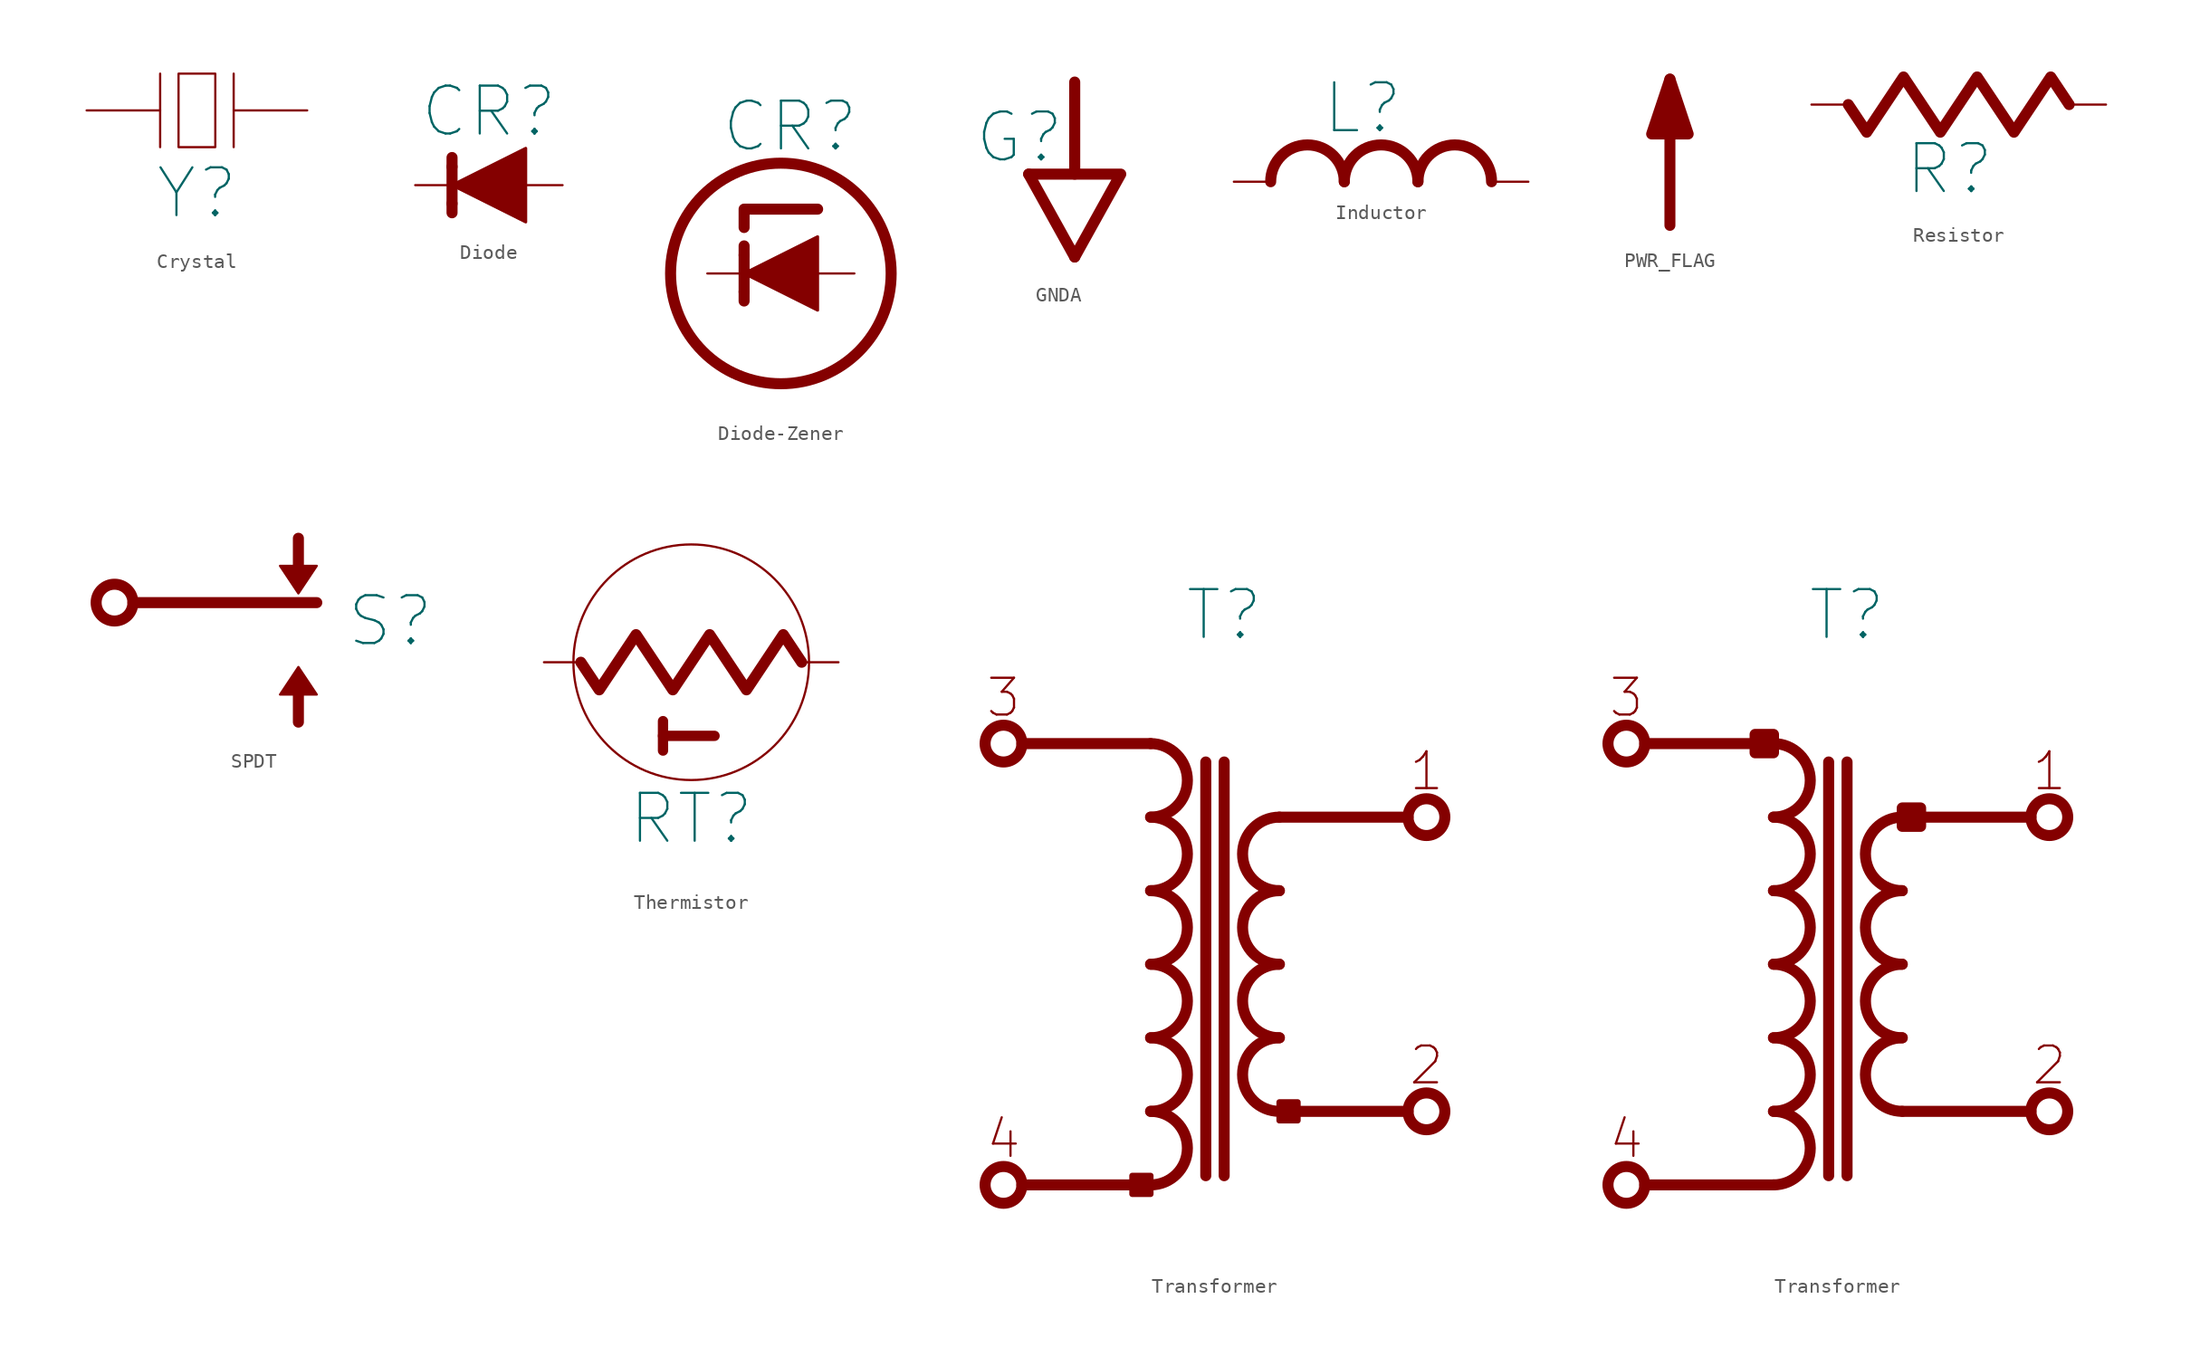
<source format=kicad_sym>
(kicad_symbol_lib
  (version 20211014)
  (generator kicad_symbol_editor)
  (symbol "Crystal"
    (pin_numbers hide)
    (pin_names
      (offset 0) hide)
    (property "Reference" "Y"
      (at 0 -5.715 0)
      (effects (font (size 3.302 3.302))))
    (symbol "Crystal_0_0"
      (polyline (pts (xy -2.54 2.54) (xy -2.54 -2.54)) (stroke (width 0) (type default) (color 0 0 0 0)) (fill (type none)))
      (polyline (pts (xy 2.54 2.54) (xy 2.54 -2.54)) (stroke (width 0) (type default) (color 0 0 0 0)) (fill (type none)))
      (polyline (pts (xy -1.27 2.54) (xy -1.27 -2.54) (xy 1.27 -2.54) (xy 1.27 2.54) (xy -1.27 2.54)) (stroke (width 0) (type default) (color 0 0 0 0)) (fill (type none))))
    (symbol "Crystal_1_1"
      (pin passive line (at -7.62 0 0) (length 5.08) (name "1" (effects (font (size 1.27 1.27)))) (number "1" (effects (font (size 1.27 1.27)))))
      (pin passive line (at 7.62 0 180) (length 5.08) (name "2" (effects (font (size 1.27 1.27)))) (number "2" (effects (font (size 1.27 1.27)))))))
  (symbol "Diode"
    (pin_numbers hide)
    (pin_names
      (offset 1.016) hide)
    (property "Reference" "CR"
      (at 0 5.08 0)
      (effects (font (size 3.302 3.302))))
    (symbol "Diode_0_1"
      (polyline (pts (xy -2.54 -1.27) (xy -2.54 -1.905)) (stroke (width 0.762) (type default) (color 0 0 0 0)) (fill (type none)))
      (polyline (pts (xy -2.54 1.27) (xy -2.54 -1.27)) (stroke (width 0.762) (type default) (color 0 0 0 0)) (fill (type none)))
      (polyline (pts (xy -2.54 1.27) (xy -2.54 1.905)) (stroke (width 0.762) (type default) (color 0 0 0 0)) (fill (type none)))
      (polyline (pts (xy -2.54 0) (xy 2.54 -2.54) (xy 2.54 2.54) (xy -2.54 0)) (stroke (width 0.203) (type default) (color 0 0 0 0)) (fill (type outline))))
    (symbol "Diode_1_1"
      (pin passive line (at -5.08 0 0) (length 2.54) (name "K" (effects (font (size 1.27 1.27)))) (number "1" (effects (font (size 1.27 1.27)))))
      (pin passive line (at 5.08 0 180) (length 2.54) (name "A" (effects (font (size 1.27 1.27)))) (number "2" (effects (font (size 1.27 1.27)))))))
  (symbol "Diode-Zener"
    (pin_numbers hide)
    (pin_names
      (offset 1.016) hide)
    (property "Reference" "CR"
      (at 0.635 10.16 0)
      (effects (font (size 3.302 3.302))))
    (symbol "Diode-Zener_0_1"
      (polyline (pts (xy -2.54 -1.27) (xy -2.54 -1.905)) (stroke (width 0.762) (type default) (color 0 0 0 0)) (fill (type none)))
      (polyline (pts (xy -2.54 1.27) (xy -2.54 -1.27)) (stroke (width 0.762) (type default) (color 0 0 0 0)) (fill (type none)))
      (polyline (pts (xy -2.54 1.27) (xy -2.54 1.905)) (stroke (width 0.762) (type default) (color 0 0 0 0)) (fill (type none)))
      (polyline (pts (xy 2.54 4.445) (xy -2.54 4.445) (xy -2.54 3.175)) (stroke (width 0.762) (type default) (color 0 0 0 0)) (fill (type none)))
      (polyline (pts (xy -2.54 0) (xy 2.54 -2.54) (xy 2.54 2.54) (xy -2.54 0)) (stroke (width 0.203) (type default) (color 0 0 0 0)) (fill (type outline)))
      (circle (center 0 0) (radius 7.62) (stroke (width 0.762) (type default) (color 0 0 0 0)) (fill (type none))))
    (symbol "Diode-Zener_1_1"
      (pin passive line (at -5.08 0 0) (length 2.54) (name "K" (effects (font (size 1.27 1.27)))) (number "1" (effects (font (size 1.27 1.27)))))
      (pin passive line (at 5.08 0 180) (length 2.54) (name "A" (effects (font (size 1.27 1.27)))) (number "2" (effects (font (size 1.27 1.27)))))))
  (symbol "GNDA"
    (pin_numbers hide)
    (pin_names
      (offset 0) hide)
    (property "Reference" "G"
      (at -3.81 2.54 0)
      (effects (font (size 3.302 3.302))))
    (symbol "GNDA_0_1"
      (polyline (pts (xy -3.175 0) (xy 0 -5.715)) (stroke (width 0.762) (type default) (color 0 0 0 0)) (fill (type none)))
      (polyline (pts (xy 0 0) (xy 0 6.35)) (stroke (width 0.762) (type default) (color 0 0 0 0)) (fill (type none)))
      (polyline (pts (xy -3.175 0) (xy 3.175 0) (xy 0 -5.715)) (stroke (width 0.762) (type default) (color 0 0 0 0)) (fill (type none))))
    (symbol "GNDA_1_1"
      (pin power_in line (at 0 6.35 270) (length 0) hide (name "0VDC" (effects (font (size 1.27 1.27)))) (number "1" (effects (font (size 1.27 1.27)))))))
  (symbol "Inductor"
    (pin_numbers hide)
    (pin_names
      (offset 0) hide)
    (property "Reference" "L"
      (at -1.27 5.08 0)
      (effects (font (size 3.302 3.302))))
    (symbol "Inductor_0_1"
      (arc (start -2.54 0) (mid -5.08 2.54) (end -7.62 0) (stroke (width 0.762) (type default) (color 0 0 0 0)) (fill (type none)))
      (arc (start 2.54 0) (mid 0 2.54) (end -2.54 0) (stroke (width 0.762) (type default) (color 0 0 0 0)) (fill (type none)))
      (arc (start 7.62 0) (mid 5.08 2.54) (end 2.54 0) (stroke (width 0.762) (type default) (color 0 0 0 0)) (fill (type none))))
    (symbol "Inductor_1_1"
      (pin passive line (at -10.16 0 0) (length 2.54) (name "1" (effects (font (size 1.27 1.27)))) (number "1" (effects (font (size 1.27 1.27)))))
      (pin passive line (at 10.16 0 180) (length 2.54) (name "2" (effects (font (size 1.27 1.27)))) (number "2" (effects (font (size 1.27 1.27)))))))
  (symbol "PWR_FLAG"
    (power)
    (pin_numbers hide)
    (pin_names
      (offset 0) hide)
    (property "Reference" "#FLG"
      (at 0 13.335 0)
      (effects (font (size 1.27 1.27)) hide))
    (symbol "PWR_FLAG_0_0"
      (pin power_out line (at 0 0 90) (length 0) (name "pwr" (effects (font (size 1.27 1.27)))) (number "1" (effects (font (size 1.27 1.27))))))
    (symbol "PWR_FLAG_0_1"
      (polyline (pts (xy 0 0) (xy 0 10.16)) (stroke (width 0.762) (type default) (color 0 0 0 0)) (fill (type none)))
      (polyline (pts (xy 0 10.16) (xy -1.27 6.35) (xy 1.27 6.35) (xy 0 10.16)) (stroke (width 0.762) (type default) (color 0 0 0 0)) (fill (type outline)))))
  (symbol "Resistor"
    (pin_numbers hide)
    (pin_names
      (offset 0) hide)
    (property "Reference" "R"
      (at -0.635 -4.445 0)
      (effects (font (size 3.302 3.302))))
    (symbol "Resistor_0_1"
      (polyline (pts (xy -7.62 0) (xy -6.35 -1.905) (xy -3.81 1.905) (xy -1.27 -1.905) (xy 1.27 1.905) (xy 3.81 -1.905) (xy 6.35 1.905) (xy 7.62 0)) (stroke (width 0.762) (type default) (color 0 0 0 0)) (fill (type none))))
    (symbol "Resistor_1_1"
      (pin passive line (at -10.16 0 0) (length 2.54) (name "1" (effects (font (size 1.27 1.27)))) (number "1" (effects (font (size 1.27 1.27)))))
      (pin passive line (at 10.16 0 180) (length 2.54) (name "2" (effects (font (size 1.27 1.27)))) (number "2" (effects (font (size 1.27 1.27)))))))
  (symbol "SPDT"
    (pin_numbers hide)
    (pin_names
      (offset 0) hide)
    (property "Reference" "S"
      (at 10.795 1.27 0)
      (effects (font (size 3.302 3.302))))
    (symbol "SPDT_0_0"
      (polyline (pts (xy -6.985 2.54) (xy 5.715 2.54)) (stroke (width 0.762) (type default) (color 0 0 0 0)) (fill (type none))))
    (symbol "SPDT_0_1"
      (circle (center -8.255 2.54) (radius 1.27) (stroke (width 0.762) (type default) (color 0 0 0 0)) (fill (type none)))
      (polyline (pts (xy 4.445 -5.715) (xy 4.445 -3.81)) (stroke (width 0.762) (type default) (color 0 0 0 0)) (fill (type none)))
      (polyline (pts (xy 4.445 6.985) (xy 4.445 4.445)) (stroke (width 0.762) (type default) (color 0 0 0 0)) (fill (type none))))
    (symbol "SPDT_1_1"
      (polyline (pts (xy 3.175 5.08) (xy 4.445 3.175) (xy 5.715 5.08) (xy 3.175 5.08)) (stroke (width 0) (type default) (color 0 0 0 0)) (fill (type outline)))
      (polyline (pts (xy 5.715 -3.81) (xy 4.445 -1.905) (xy 3.175 -3.81) (xy 5.715 -3.81)) (stroke (width 0) (type default) (color 0 0 0 0)) (fill (type outline)))
      (pin passive line (at -8.255 3.81 270) (length 0) (name "1" (effects (font (size 3.556 3.556)))) (number "1" (effects (font (size 3.556 3.556)))))
      (pin passive line (at 4.445 6.985 270) (length 0) (name "2" (effects (font (size 3.556 3.556)))) (number "2" (effects (font (size 3.556 3.556)))))
      (pin passive line (at 4.445 -5.715 90) (length 0) (name "3" (effects (font (size 3.556 3.556)))) (number "3" (effects (font (size 3.556 3.556)))))))
  (symbol "Thermistor"
    (pin_numbers hide)
    (pin_names
      (offset 0) hide)
    (property "Reference" "RT"
      (at 0 -10.795 0)
      (effects (font (size 3.302 3.302))))
    (symbol "Thermistor_0_0"
      (text "T" (at 0 -5.08 900) (effects (font (size 3.556 3.556) bold))))
    (symbol "Thermistor_0_1"
      (polyline (pts (xy -7.62 0) (xy -6.35 -1.905) (xy -3.81 1.905) (xy -1.27 -1.905) (xy 1.27 1.905) (xy 3.81 -1.905) (xy 6.35 1.905) (xy 7.62 0)) (stroke (width 0.762) (type default) (color 0 0 0 0)) (fill (type none)))
      (circle (center 0 0) (radius 8.128) (stroke (width 0) (type default) (color 0 0 0 0)) (fill (type none))))
    (symbol "Thermistor_1_1"
      (pin passive line (at -10.16 0 0) (length 2.54) (name "1" (effects (font (size 1.27 1.27)))) (number "1" (effects (font (size 1.27 1.27)))))
      (pin passive line (at 10.16 0 180) (length 2.54) (name "2" (effects (font (size 1.27 1.27)))) (number "2" (effects (font (size 1.27 1.27)))))))
  (symbol "Transformer"
    (pin_numbers hide)
    (pin_names
      (offset 0) hide)
    (property "Reference" "T"
      (at 0.635 24.13 0)
      (effects (font (size 3.302 3.302))))
    (symbol "Transformer_0_0"
      (circle (center -14.605 -15.24) (radius 1.27) (stroke (width 0.762) (type default) (color 0 0 0 0)) (fill (type none)))
      (circle (center -14.605 15.24) (radius 1.27) (stroke (width 0.762) (type default) (color 0 0 0 0)) (fill (type none)))
      (arc (start -4.445 -15.24) (mid -1.905 -12.7) (end -4.445 -10.16) (stroke (width 0.762) (type default) (color 0 0 0 0)) (fill (type none)))
      (arc (start -4.445 -10.16) (mid -1.905 -7.62) (end -4.445 -5.08) (stroke (width 0.762) (type default) (color 0 0 0 0)) (fill (type none)))
      (arc (start -4.445 -5.08) (mid -1.905 -2.54) (end -4.445 0) (stroke (width 0.762) (type default) (color 0 0 0 0)) (fill (type none)))
      (arc (start -4.445 0) (mid -1.905 2.54) (end -4.445 5.08) (stroke (width 0.762) (type default) (color 0 0 0 0)) (fill (type none)))
      (arc (start -4.445 5.08) (mid -1.905 7.62) (end -4.445 10.16) (stroke (width 0.762) (type default) (color 0 0 0 0)) (fill (type none)))
      (arc (start -4.445 10.16) (mid -1.905 12.7) (end -4.445 15.24) (stroke (width 0.762) (type default) (color 0 0 0 0)) (fill (type none)))
      (polyline (pts (xy -4.445 -15.24) (xy -13.335 -15.24)) (stroke (width 0.762) (type default) (color 0 0 0 0)) (fill (type none)))
      (polyline (pts (xy -4.445 15.24) (xy -13.335 15.24)) (stroke (width 0.762) (type default) (color 0 0 0 0)) (fill (type none)))
      (polyline (pts (xy -0.635 13.97) (xy -0.635 -14.605)) (stroke (width 0.762) (type default) (color 0 0 0 0)) (fill (type none)))
      (polyline (pts (xy 4.445 -10.16) (xy 13.335 -10.16)) (stroke (width 0.762) (type default) (color 0 0 0 0)) (fill (type none)))
      (polyline (pts (xy 13.335 10.16) (xy 4.445 10.16)) (stroke (width 0.762) (type default) (color 0 0 0 0)) (fill (type none)))
      (circle (center 14.605 -10.16) (radius 1.27) (stroke (width 0.762) (type default) (color 0 0 0 0)) (fill (type none)))
      (circle (center 14.605 10.16) (radius 1.27) (stroke (width 0.762) (type default) (color 0 0 0 0)) (fill (type none)))
      (text "1" (at 14.605 13.335 0) (effects (font (size 2.54 2.54))))
      (text "2" (at 14.605 -6.985 0) (effects (font (size 2.54 2.54))))
      (text "3" (at -14.605 18.415 0) (effects (font (size 2.54 2.54))))
      (text "4" (at -14.605 -12.065 0) (effects (font (size 2.54 2.54)))))
    (symbol "Transformer_0_1"
      (rectangle (start -4.445 -14.605) (end -5.715 -15.875) (stroke (width 0.406) (type default) (color 0 0 0 0)) (fill (type outline))))
    (symbol "Transformer_0_2"
      (polyline (pts (xy -4.445 15.875) (xy -4.445 14.605) (xy -5.715 14.605) (xy -5.715 15.875) (xy -4.445 15.875)) (stroke (width 0.762) (type default) (color 0 0 0 0)) (fill (type none)))
      (polyline (pts (xy 4.445 10.795) (xy 4.445 9.525) (xy 5.715 9.525) (xy 5.715 10.795) (xy 4.445 10.795)) (stroke (width 0.762) (type default) (color 0 0 0 0)) (fill (type none))))
    (symbol "Transformer_1_0"
      (polyline (pts (xy 0.635 -14.605) (xy 0.635 13.97)) (stroke (width 0.762) (type default) (color 0 0 0 0)) (fill (type none)))
      (arc (start 4.445 -5.08) (mid 1.905 -7.62) (end 4.445 -10.16) (stroke (width 0.762) (type default) (color 0 0 0 0)) (fill (type none)))
      (arc (start 4.445 0) (mid 1.905 -2.54) (end 4.445 -5.08) (stroke (width 0.762) (type default) (color 0 0 0 0)) (fill (type none)))
      (arc (start 4.445 5.08) (mid 1.905 2.54) (end 4.445 0) (stroke (width 0.762) (type default) (color 0 0 0 0)) (fill (type none)))
      (arc (start 4.445 10.16) (mid 1.905 7.62) (end 4.445 5.08) (stroke (width 0.762) (type default) (color 0 0 0 0)) (fill (type none)))
      (pin passive line (at -15.875 15.24 0) (length 0) (name "3" (effects (font (size 3.556 3.556)))) (number "3" (effects (font (size 3.556 3.556))))))
    (symbol "Transformer_1_1"
      (rectangle (start 4.445 -10.795) (end 5.715 -9.525) (stroke (width 0.406) (type default) (color 0 0 0 0)) (fill (type outline)))
      (pin passive line (at 15.875 10.16 180) (length 0) (name "1" (effects (font (size 1.27 1.27)))) (number "1" (effects (font (size 1.27 1.27)))))
      (pin passive line (at 15.875 -10.16 180) (length 0) (name "2" (effects (font (size 3.556 3.556)))) (number "2" (effects (font (size 3.556 3.556)))))
      (pin passive line (at -15.875 -15.24 0) (length 0) (name "4" (effects (font (size 1.27 1.27)))) (number "4" (effects (font (size 1.27 1.27))))))
    (symbol "Transformer_1_2"
      (pin passive line (at 15.875 10.16 180) (length 0) (name "1" (effects (font (size 1.27 1.27)))) (number "1" (effects (font (size 1.27 1.27)))))
      (pin passive line (at 15.875 -10.16 180) (length 0) (name "2" (effects (font (size 3.556 3.556)))) (number "2" (effects (font (size 3.556 3.556)))))
      (pin passive line (at -15.875 15.24 0) (length 0) (name "3" (effects (font (size 3.556 3.556)))) (number "3" (effects (font (size 3.556 3.556)))))
      (pin passive line (at -15.875 -15.24 0) (length 0) (name "4" (effects (font (size 1.27 1.27)))) (number "4" (effects (font (size 1.27 1.27))))))))
</source>
